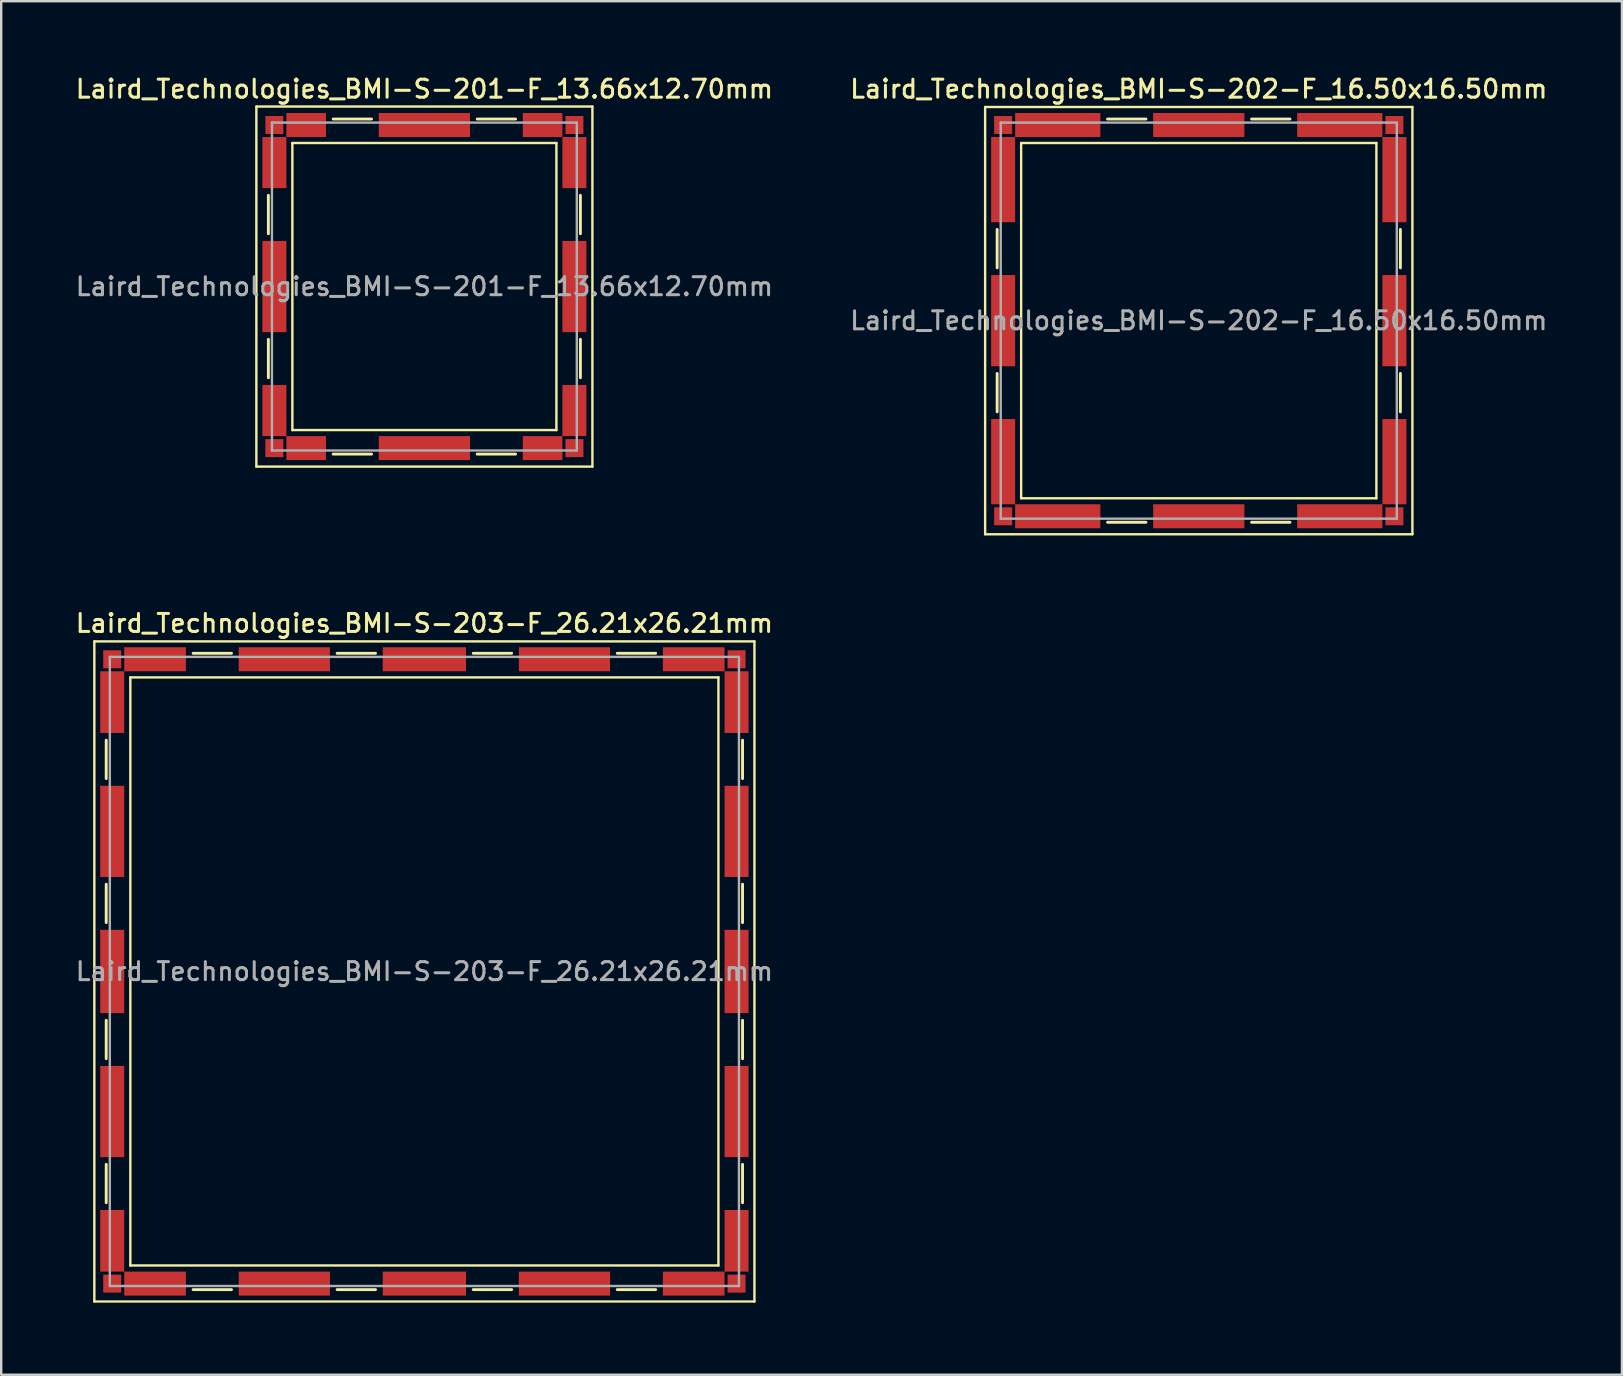
<source format=kicad_pcb>
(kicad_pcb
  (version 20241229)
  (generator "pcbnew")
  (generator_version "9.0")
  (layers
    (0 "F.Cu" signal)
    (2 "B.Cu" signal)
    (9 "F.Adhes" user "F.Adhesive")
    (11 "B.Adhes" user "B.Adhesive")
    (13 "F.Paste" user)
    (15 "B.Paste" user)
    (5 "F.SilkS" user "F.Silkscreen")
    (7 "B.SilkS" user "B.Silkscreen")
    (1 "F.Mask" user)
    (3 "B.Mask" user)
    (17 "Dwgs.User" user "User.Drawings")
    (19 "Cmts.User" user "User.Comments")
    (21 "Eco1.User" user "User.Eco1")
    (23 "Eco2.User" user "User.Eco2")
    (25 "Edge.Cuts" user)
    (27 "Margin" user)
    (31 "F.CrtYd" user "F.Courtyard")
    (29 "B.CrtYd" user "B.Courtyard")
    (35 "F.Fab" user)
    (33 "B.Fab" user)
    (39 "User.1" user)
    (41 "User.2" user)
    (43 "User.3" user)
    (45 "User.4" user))
  (footprint "Laird_Technologies_BMI-S-202-F_16.50x16.50mm"
    (layer "F.Cu")
    (at 46.891 10.308)
    (property "Reference" "Laird_Technologies_BMI-S-202-F_16.50x16.50mm" (at 0 -9.65 0) (layer "F.SilkS") (effects (font (size 0.75 0.75) (thickness 0.125))))
    (attr smd)
    (fp_line (start -8.9 -8.9) (end -8.9 8.9) (stroke (width 0.1) (type solid)) (layer "F.SilkS"))
    (fp_line (start -8.9 8.9) (end 8.9 8.9) (stroke (width 0.1) (type solid)) (layer "F.SilkS"))
    (fp_line (start -8.4 -3.8) (end -8.4 -2.2) (stroke (width 0.12) (type solid)) (layer "F.SilkS"))
    (fp_line (start -8.4 2.2) (end -8.4 3.8) (stroke (width 0.12) (type solid)) (layer "F.SilkS"))
    (fp_line (start -7.4 -7.4) (end -7.4 7.4) (stroke (width 0.1) (type solid)) (layer "F.SilkS"))
    (fp_line (start -3.8 -8.4) (end -2.2 -8.4) (stroke (width 0.12) (type solid)) (layer "F.SilkS"))
    (fp_line (start -3.8 8.4) (end -2.2 8.4) (stroke (width 0.12) (type solid)) (layer "F.SilkS"))
    (fp_line (start 2.2 -8.4) (end 3.8 -8.4) (stroke (width 0.12) (type solid)) (layer "F.SilkS"))
    (fp_line (start 2.2 8.4) (end 3.8 8.4) (stroke (width 0.12) (type solid)) (layer "F.SilkS"))
    (fp_line (start 7.4 -7.4) (end -7.4 -7.4) (stroke (width 0.1) (type solid)) (layer "F.SilkS"))
    (fp_line (start 7.4 -7.4) (end 7.4 7.4) (stroke (width 0.1) (type solid)) (layer "F.SilkS"))
    (fp_line (start 7.4 7.4) (end -7.4 7.4) (stroke (width 0.1) (type solid)) (layer "F.SilkS"))
    (fp_line (start 8.4 -3.8) (end 8.4 -2.2) (stroke (width 0.12) (type solid)) (layer "F.SilkS"))
    (fp_line (start 8.4 2.2) (end 8.4 3.8) (stroke (width 0.12) (type solid)) (layer "F.SilkS"))
    (fp_line (start 8.9 -8.9) (end -8.9 -8.9) (stroke (width 0.1) (type solid)) (layer "F.SilkS"))
    (fp_line (start 8.9 8.9) (end 8.9 -8.9) (stroke (width 0.1) (type solid)) (layer "F.SilkS"))
    (fp_line (start -8.25 -8.25) (end -8.25 8.25) (stroke (width 0.1) (type solid)) (layer "F.Fab"))
    (fp_line (start -8.25 8.25) (end 8.25 8.25) (stroke (width 0.1) (type solid)) (layer "F.Fab"))
    (fp_line (start 8.25 -8.25) (end -8.25 -8.25) (stroke (width 0.1) (type solid)) (layer "F.Fab"))
    (fp_line (start 8.25 8.25) (end 8.25 -8.25) (stroke (width 0.1) (type solid)) (layer "F.Fab"))
    (fp_text user "${REFERENCE}" (at 0 0 0) (layer "F.Fab") (effects (font (size 0.75 0.75) (thickness 0.125))))
    (pad "1" smd rect (at -8.15 -8.15) (size 0.75 0.75) (layers "F.Cu" "F.Mask" "F.Paste"))
    (pad "1" smd rect (at -8.15 -5.875) (size 1 3.55) (layers "F.Cu" "F.Mask" "F.Paste"))
    (pad "1" smd rect (at -8.15 0) (size 1 3.8) (layers "F.Cu" "F.Mask" "F.Paste"))
    (pad "1" smd rect (at -8.15 5.875) (size 1 3.55) (layers "F.Cu" "F.Mask" "F.Paste"))
    (pad "1" smd rect (at -8.15 8.15) (size 0.75 0.75) (layers "F.Cu" "F.Mask" "F.Paste"))
    (pad "1" smd rect (at -5.875 -8.15) (size 3.55 1) (layers "F.Cu" "F.Mask" "F.Paste"))
    (pad "1" smd rect (at -5.875 8.15) (size 3.55 1) (layers "F.Cu" "F.Mask" "F.Paste"))
    (pad "1" smd rect (at 0 -8.15) (size 3.8 1) (layers "F.Cu" "F.Mask" "F.Paste"))
    (pad "1" smd rect (at 0 8.15) (size 3.8 1) (layers "F.Cu" "F.Mask" "F.Paste"))
    (pad "1" smd rect (at 5.875 -8.15) (size 3.55 1) (layers "F.Cu" "F.Mask" "F.Paste"))
    (pad "1" smd rect (at 5.875 8.15) (size 3.55 1) (layers "F.Cu" "F.Mask" "F.Paste"))
    (pad "1" smd rect (at 8.15 -8.15) (size 0.75 0.75) (layers "F.Cu" "F.Mask" "F.Paste"))
    (pad "1" smd rect (at 8.15 -5.875) (size 1 3.55) (layers "F.Cu" "F.Mask" "F.Paste"))
    (pad "1" smd rect (at 8.15 0) (size 1 3.8) (layers "F.Cu" "F.Mask" "F.Paste"))
    (pad "1" smd rect (at 8.15 5.875) (size 1 3.55) (layers "F.Cu" "F.Mask" "F.Paste"))
    (pad "1" smd rect (at 8.15 8.15) (size 0.75 0.75) (layers "F.Cu" "F.Mask" "F.Paste")))
  (footprint "Laird_Technologies_BMI-S-201-F_13.66x12.70mm"
    (layer "F.Cu")
    (at 14.63 8.888)
    (property "Reference" "Laird_Technologies_BMI-S-201-F_13.66x12.70mm" (at 0 -8.23 0) (layer "F.SilkS") (effects (font (size 0.75 0.75) (thickness 0.125))))
    (attr smd)
    (fp_line (start -7 -7.5) (end -7 7.5) (stroke (width 0.1) (type solid)) (layer "F.SilkS"))
    (fp_line (start -7 7.5) (end 7 7.5) (stroke (width 0.1) (type solid)) (layer "F.SilkS"))
    (fp_line (start -6.5 -3.8) (end -6.5 -2.2) (stroke (width 0.12) (type solid)) (layer "F.SilkS"))
    (fp_line (start -6.5 2.2) (end -6.5 3.8) (stroke (width 0.12) (type solid)) (layer "F.SilkS"))
    (fp_line (start -5.5 -5.98) (end -5.5 5.98) (stroke (width 0.1) (type solid)) (layer "F.SilkS"))
    (fp_line (start -3.8 -6.98) (end -2.2 -6.98) (stroke (width 0.12) (type solid)) (layer "F.SilkS"))
    (fp_line (start -3.8 6.98) (end -2.2 6.98) (stroke (width 0.12) (type solid)) (layer "F.SilkS"))
    (fp_line (start 2.2 -6.98) (end 3.8 -6.98) (stroke (width 0.12) (type solid)) (layer "F.SilkS"))
    (fp_line (start 2.2 6.98) (end 3.8 6.98) (stroke (width 0.12) (type solid)) (layer "F.SilkS"))
    (fp_line (start 5.5 -5.98) (end -5.5 -5.98) (stroke (width 0.1) (type solid)) (layer "F.SilkS"))
    (fp_line (start 5.5 -5.98) (end 5.5 5.98) (stroke (width 0.1) (type solid)) (layer "F.SilkS"))
    (fp_line (start 5.5 5.98) (end -5.5 5.98) (stroke (width 0.1) (type solid)) (layer "F.SilkS"))
    (fp_line (start 6.5 -3.8) (end 6.5 -2.2) (stroke (width 0.12) (type solid)) (layer "F.SilkS"))
    (fp_line (start 6.5 2.2) (end 6.5 3.8) (stroke (width 0.12) (type solid)) (layer "F.SilkS"))
    (fp_line (start 7 -7.5) (end -7 -7.5) (stroke (width 0.1) (type solid)) (layer "F.SilkS"))
    (fp_line (start 7 7.5) (end 7 -7.5) (stroke (width 0.1) (type solid)) (layer "F.SilkS"))
    (fp_line (start -6.35 -6.83) (end -6.35 6.83) (stroke (width 0.1) (type solid)) (layer "F.Fab"))
    (fp_line (start -6.35 6.83) (end 6.35 6.83) (stroke (width 0.1) (type solid)) (layer "F.Fab"))
    (fp_line (start 6.35 -6.83) (end -6.35 -6.83) (stroke (width 0.1) (type solid)) (layer "F.Fab"))
    (fp_line (start 6.35 6.83) (end 6.35 -6.83) (stroke (width 0.1) (type solid)) (layer "F.Fab"))
    (fp_text user "${REFERENCE}" (at 0 0 0) (layer "F.Fab") (effects (font (size 0.75 0.75) (thickness 0.125))))
    (pad "1" smd rect (at -6.25 -6.73) (size 0.75 0.75) (layers "F.Cu" "F.Mask" "F.Paste"))
    (pad "1" smd rect (at -6.25 -5.165) (size 1 2.13) (layers "F.Cu" "F.Mask" "F.Paste"))
    (pad "1" smd rect (at -6.25 0) (size 1 3.8) (layers "F.Cu" "F.Mask" "F.Paste"))
    (pad "1" smd rect (at -6.25 5.165) (size 1 2.13) (layers "F.Cu" "F.Mask" "F.Paste"))
    (pad "1" smd rect (at -6.25 6.73) (size 0.75 0.75) (layers "F.Cu" "F.Mask" "F.Paste"))
    (pad "1" smd rect (at -4.925 -6.73) (size 1.65 1) (layers "F.Cu" "F.Mask" "F.Paste"))
    (pad "1" smd rect (at -4.925 6.73) (size 1.65 1) (layers "F.Cu" "F.Mask" "F.Paste"))
    (pad "1" smd rect (at 0 -6.73) (size 3.8 1) (layers "F.Cu" "F.Mask" "F.Paste"))
    (pad "1" smd rect (at 0 6.73) (size 3.8 1) (layers "F.Cu" "F.Mask" "F.Paste"))
    (pad "1" smd rect (at 4.925 -6.73) (size 1.65 1) (layers "F.Cu" "F.Mask" "F.Paste"))
    (pad "1" smd rect (at 4.925 6.73) (size 1.65 1) (layers "F.Cu" "F.Mask" "F.Paste"))
    (pad "1" smd rect (at 6.25 -6.73) (size 0.75 0.75) (layers "F.Cu" "F.Mask" "F.Paste"))
    (pad "1" smd rect (at 6.25 -5.165) (size 1 2.13) (layers "F.Cu" "F.Mask" "F.Paste"))
    (pad "1" smd rect (at 6.25 0) (size 1 3.8) (layers "F.Cu" "F.Mask" "F.Paste"))
    (pad "1" smd rect (at 6.25 5.165) (size 1 2.13) (layers "F.Cu" "F.Mask" "F.Paste"))
    (pad "1" smd rect (at 6.25 6.73) (size 0.75 0.75) (layers "F.Cu" "F.Mask" "F.Paste")))
  (footprint "Laird_Technologies_BMI-S-203-F_26.21x26.21mm"
    (layer "F.Cu")
    (at 14.63 37.421)
    (property "Reference" "Laird_Technologies_BMI-S-203-F_26.21x26.21mm" (at 0 -14.505 0) (layer "F.SilkS") (effects (font (size 0.75 0.75) (thickness 0.125))))
    (attr smd)
    (fp_line (start -13.75 -13.75) (end -13.75 13.75) (stroke (width 0.1) (type solid)) (layer "F.SilkS"))
    (fp_line (start -13.75 13.75) (end 13.75 13.75) (stroke (width 0.1) (type solid)) (layer "F.SilkS"))
    (fp_line (start -13.255 -9.635) (end -13.255 -8.035) (stroke (width 0.12) (type solid)) (layer "F.SilkS"))
    (fp_line (start -13.255 -3.635) (end -13.255 -2.035) (stroke (width 0.12) (type solid)) (layer "F.SilkS"))
    (fp_line (start -13.255 2.035) (end -13.255 3.635) (stroke (width 0.12) (type solid)) (layer "F.SilkS"))
    (fp_line (start -13.255 8.035) (end -13.255 9.635) (stroke (width 0.12) (type solid)) (layer "F.SilkS"))
    (fp_line (start -12.25 -12.25) (end -12.25 12.25) (stroke (width 0.1) (type solid)) (layer "F.SilkS"))
    (fp_line (start -9.635 -13.255) (end -8.035 -13.255) (stroke (width 0.12) (type solid)) (layer "F.SilkS"))
    (fp_line (start -9.635 13.255) (end -8.035 13.255) (stroke (width 0.12) (type solid)) (layer "F.SilkS"))
    (fp_line (start -3.635 -13.255) (end -2.035 -13.255) (stroke (width 0.12) (type solid)) (layer "F.SilkS"))
    (fp_line (start -3.635 13.255) (end -2.035 13.255) (stroke (width 0.12) (type solid)) (layer "F.SilkS"))
    (fp_line (start 2.035 -13.255) (end 3.635 -13.255) (stroke (width 0.12) (type solid)) (layer "F.SilkS"))
    (fp_line (start 2.035 13.255) (end 3.635 13.255) (stroke (width 0.12) (type solid)) (layer "F.SilkS"))
    (fp_line (start 8.035 -13.255) (end 9.635 -13.255) (stroke (width 0.12) (type solid)) (layer "F.SilkS"))
    (fp_line (start 8.035 13.255) (end 9.635 13.255) (stroke (width 0.12) (type solid)) (layer "F.SilkS"))
    (fp_line (start 12.25 -12.25) (end -12.25 -12.25) (stroke (width 0.1) (type solid)) (layer "F.SilkS"))
    (fp_line (start 12.25 -12.25) (end 12.25 12.25) (stroke (width 0.1) (type solid)) (layer "F.SilkS"))
    (fp_line (start 12.25 12.25) (end -12.25 12.25) (stroke (width 0.1) (type solid)) (layer "F.SilkS"))
    (fp_line (start 13.255 -9.635) (end 13.255 -8.035) (stroke (width 0.12) (type solid)) (layer "F.SilkS"))
    (fp_line (start 13.255 -3.635) (end 13.255 -2.035) (stroke (width 0.12) (type solid)) (layer "F.SilkS"))
    (fp_line (start 13.255 2.035) (end 13.255 3.635) (stroke (width 0.12) (type solid)) (layer "F.SilkS"))
    (fp_line (start 13.255 8.035) (end 13.255 9.635) (stroke (width 0.12) (type solid)) (layer "F.SilkS"))
    (fp_line (start 13.75 -13.75) (end -13.75 -13.75) (stroke (width 0.1) (type solid)) (layer "F.SilkS"))
    (fp_line (start 13.75 13.75) (end 13.75 -13.75) (stroke (width 0.1) (type solid)) (layer "F.SilkS"))
    (fp_line (start -13.105 -13.105) (end -13.105 13.105) (stroke (width 0.1) (type solid)) (layer "F.Fab"))
    (fp_line (start -13.105 13.105) (end 13.105 13.105) (stroke (width 0.1) (type solid)) (layer "F.Fab"))
    (fp_line (start 13.105 -13.105) (end -13.105 -13.105) (stroke (width 0.1) (type solid)) (layer "F.Fab"))
    (fp_line (start 13.105 13.105) (end 13.105 -13.105) (stroke (width 0.1) (type solid)) (layer "F.Fab"))
    (fp_text user "${REFERENCE}" (at 0 0 0) (layer "F.Fab") (effects (font (size 0.75 0.75) (thickness 0.125))))
    (pad "1" smd rect (at -13.005 -13.005) (size 0.75 0.75) (layers "F.Cu" "F.Mask" "F.Paste"))
    (pad "1" smd rect (at -13.005 -11.22) (size 1 2.57) (layers "F.Cu" "F.Mask" "F.Paste"))
    (pad "1" smd rect (at -13.005 -5.835) (size 1 3.8) (layers "F.Cu" "F.Mask" "F.Paste"))
    (pad "1" smd rect (at -13.005 0) (size 1 3.47) (layers "F.Cu" "F.Mask" "F.Paste"))
    (pad "1" smd rect (at -13.005 5.835) (size 1 3.8) (layers "F.Cu" "F.Mask" "F.Paste"))
    (pad "1" smd rect (at -13.005 11.22) (size 1 2.57) (layers "F.Cu" "F.Mask" "F.Paste"))
    (pad "1" smd rect (at -13.005 13.005) (size 0.75 0.75) (layers "F.Cu" "F.Mask" "F.Paste"))
    (pad "1" smd rect (at -11.22 -13.005) (size 2.57 1) (layers "F.Cu" "F.Mask" "F.Paste"))
    (pad "1" smd rect (at -11.22 13.005) (size 2.57 1) (layers "F.Cu" "F.Mask" "F.Paste"))
    (pad "1" smd rect (at -5.835 -13.005) (size 3.8 1) (layers "F.Cu" "F.Mask" "F.Paste"))
    (pad "1" smd rect (at -5.835 13.005) (size 3.8 1) (layers "F.Cu" "F.Mask" "F.Paste"))
    (pad "1" smd rect (at 0 -13.005) (size 3.47 1) (layers "F.Cu" "F.Mask" "F.Paste"))
    (pad "1" smd rect (at 0 13.005) (size 3.47 1) (layers "F.Cu" "F.Mask" "F.Paste"))
    (pad "1" smd rect (at 5.835 -13.005) (size 3.8 1) (layers "F.Cu" "F.Mask" "F.Paste"))
    (pad "1" smd rect (at 5.835 13.005) (size 3.8 1) (layers "F.Cu" "F.Mask" "F.Paste"))
    (pad "1" smd rect (at 11.22 -13.005) (size 2.57 1) (layers "F.Cu" "F.Mask" "F.Paste"))
    (pad "1" smd rect (at 11.22 13.005) (size 2.57 1) (layers "F.Cu" "F.Mask" "F.Paste"))
    (pad "1" smd rect (at 13.005 -13.005) (size 0.75 0.75) (layers "F.Cu" "F.Mask" "F.Paste"))
    (pad "1" smd rect (at 13.005 -11.22) (size 1 2.57) (layers "F.Cu" "F.Mask" "F.Paste"))
    (pad "1" smd rect (at 13.005 -5.835) (size 1 3.8) (layers "F.Cu" "F.Mask" "F.Paste"))
    (pad "1" smd rect (at 13.005 0) (size 1 3.47) (layers "F.Cu" "F.Mask" "F.Paste"))
    (pad "1" smd rect (at 13.005 5.835) (size 1 3.8) (layers "F.Cu" "F.Mask" "F.Paste"))
    (pad "1" smd rect (at 13.005 11.22) (size 1 2.57) (layers "F.Cu" "F.Mask" "F.Paste"))
    (pad "1" smd rect (at 13.005 13.005) (size 0.75 0.75) (layers "F.Cu" "F.Mask" "F.Paste")))
  (gr_rect
    (start -3 -3)
    (end 64.521 54.221)
    (stroke (width 0.1) (type default))
    (fill no)
    (layer "Edge.Cuts")))
</source>
